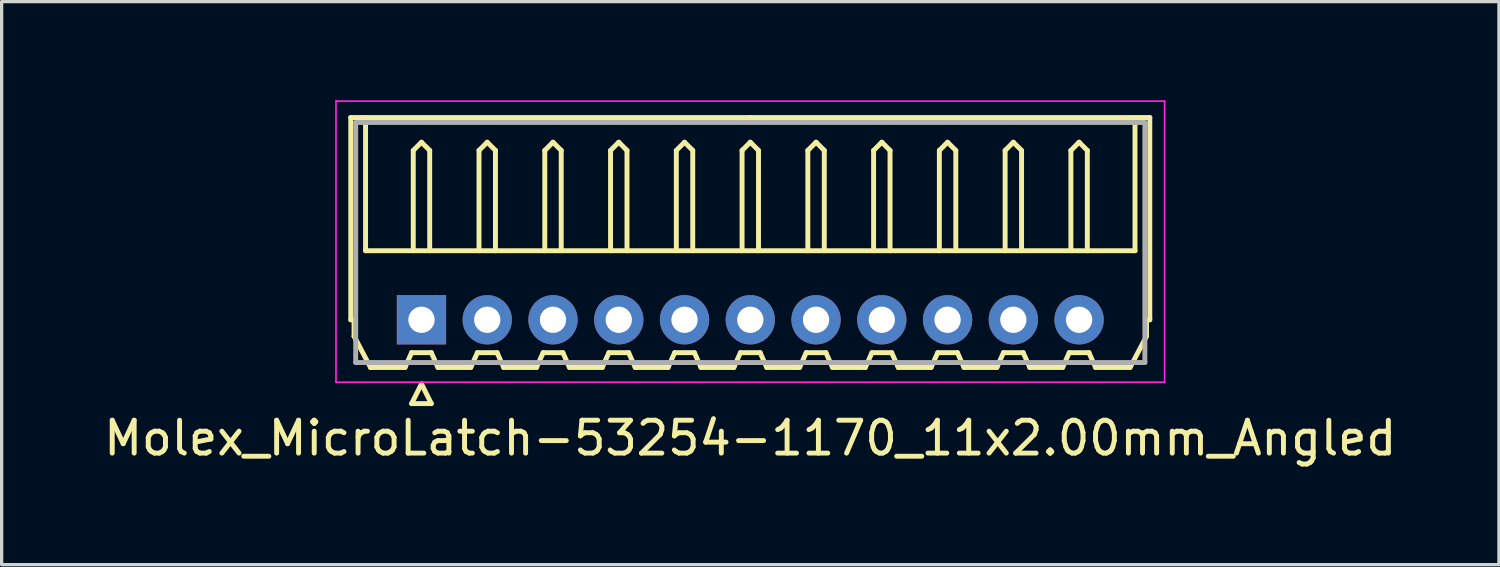
<source format=kicad_pcb>
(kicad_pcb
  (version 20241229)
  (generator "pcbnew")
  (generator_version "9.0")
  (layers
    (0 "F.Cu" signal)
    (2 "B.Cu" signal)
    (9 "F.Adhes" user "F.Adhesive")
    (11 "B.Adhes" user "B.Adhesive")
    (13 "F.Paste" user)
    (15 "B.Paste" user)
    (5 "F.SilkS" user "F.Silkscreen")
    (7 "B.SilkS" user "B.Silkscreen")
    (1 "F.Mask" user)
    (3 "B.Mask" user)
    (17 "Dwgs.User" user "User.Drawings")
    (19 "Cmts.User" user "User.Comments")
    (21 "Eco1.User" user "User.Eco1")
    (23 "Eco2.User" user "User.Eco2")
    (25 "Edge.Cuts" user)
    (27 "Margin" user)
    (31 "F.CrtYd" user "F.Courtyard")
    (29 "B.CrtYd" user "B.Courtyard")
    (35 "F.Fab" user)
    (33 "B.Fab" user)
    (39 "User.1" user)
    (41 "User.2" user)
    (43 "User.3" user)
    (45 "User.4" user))
  (footprint "Molex_MicroLatch-53254-1170_11x2.00mm_Angled"
    (layer "F.Cu")
    (at 9.768 6.675)
    (property "Reference" "Molex_MicroLatch-53254-1170_11x2.00mm_Angled" (at 10 3.6 0) (layer "F.SilkS") (effects (font (size 1 1) (thickness 0.15))))
    (attr through_hole)
    (fp_line (start -2.15 -6.15) (end 10 -6.15) (stroke (width 0.15) (type solid)) (layer "F.SilkS"))
    (fp_line (start -2.15 0) (end -2.15 -6.15) (stroke (width 0.15) (type solid)) (layer "F.SilkS"))
    (fp_line (start -2.05 0) (end -2.15 0) (stroke (width 0.15) (type solid)) (layer "F.SilkS"))
    (fp_line (start -2.05 0.5) (end -2.05 0) (stroke (width 0.15) (type solid)) (layer "F.SilkS"))
    (fp_line (start -1.7 -6.15) (end -1.7 -2.1) (stroke (width 0.15) (type solid)) (layer "F.SilkS"))
    (fp_line (start -1.7 -2.1) (end 21.7 -2.1) (stroke (width 0.15) (type solid)) (layer "F.SilkS"))
    (fp_line (start -1.55 1.45) (end -2.05 0.5) (stroke (width 0.15) (type solid)) (layer "F.SilkS"))
    (fp_line (start -0.5 1.45) (end -1.55 1.45) (stroke (width 0.15) (type solid)) (layer "F.SilkS"))
    (fp_line (start -0.3 1) (end -0.5 1.45) (stroke (width 0.15) (type solid)) (layer "F.SilkS"))
    (fp_line (start -0.3 1) (end 0.3 1) (stroke (width 0.15) (type solid)) (layer "F.SilkS"))
    (fp_line (start -0.3 2.55) (end 0.3 2.55) (stroke (width 0.15) (type solid)) (layer "F.SilkS"))
    (fp_line (start -0.25 -5.15) (end 0 -5.4) (stroke (width 0.15) (type solid)) (layer "F.SilkS"))
    (fp_line (start -0.25 -2.1) (end -0.25 -5.15) (stroke (width 0.15) (type solid)) (layer "F.SilkS"))
    (fp_line (start 0 -5.4) (end 0.25 -5.15) (stroke (width 0.15) (type solid)) (layer "F.SilkS"))
    (fp_line (start 0 1.95) (end -0.3 2.55) (stroke (width 0.15) (type solid)) (layer "F.SilkS"))
    (fp_line (start 0.25 -5.15) (end 0.25 -2.1) (stroke (width 0.15) (type solid)) (layer "F.SilkS"))
    (fp_line (start 0.3 1) (end 0.5 1.45) (stroke (width 0.15) (type solid)) (layer "F.SilkS"))
    (fp_line (start 0.3 2.55) (end 0 1.95) (stroke (width 0.15) (type solid)) (layer "F.SilkS"))
    (fp_line (start 0.5 1.45) (end 1.5 1.45) (stroke (width 0.15) (type solid)) (layer "F.SilkS"))
    (fp_line (start 1.5 1.45) (end 1.7 1) (stroke (width 0.15) (type solid)) (layer "F.SilkS"))
    (fp_line (start 1.7 1) (end 2.3 1) (stroke (width 0.15) (type solid)) (layer "F.SilkS"))
    (fp_line (start 1.75 -5.15) (end 2 -5.4) (stroke (width 0.15) (type solid)) (layer "F.SilkS"))
    (fp_line (start 1.75 -2.1) (end 1.75 -5.15) (stroke (width 0.15) (type solid)) (layer "F.SilkS"))
    (fp_line (start 2 -5.4) (end 2.25 -5.15) (stroke (width 0.15) (type solid)) (layer "F.SilkS"))
    (fp_line (start 2.25 -5.15) (end 2.25 -2.1) (stroke (width 0.15) (type solid)) (layer "F.SilkS"))
    (fp_line (start 2.3 1) (end 2.5 1.45) (stroke (width 0.15) (type solid)) (layer "F.SilkS"))
    (fp_line (start 2.5 1.45) (end 3.5 1.45) (stroke (width 0.15) (type solid)) (layer "F.SilkS"))
    (fp_line (start 3.5 1.45) (end 3.7 1) (stroke (width 0.15) (type solid)) (layer "F.SilkS"))
    (fp_line (start 3.7 1) (end 4.3 1) (stroke (width 0.15) (type solid)) (layer "F.SilkS"))
    (fp_line (start 3.75 -5.15) (end 4 -5.4) (stroke (width 0.15) (type solid)) (layer "F.SilkS"))
    (fp_line (start 3.75 -2.1) (end 3.75 -5.15) (stroke (width 0.15) (type solid)) (layer "F.SilkS"))
    (fp_line (start 4 -5.4) (end 4.25 -5.15) (stroke (width 0.15) (type solid)) (layer "F.SilkS"))
    (fp_line (start 4.25 -5.15) (end 4.25 -2.1) (stroke (width 0.15) (type solid)) (layer "F.SilkS"))
    (fp_line (start 4.3 1) (end 4.5 1.45) (stroke (width 0.15) (type solid)) (layer "F.SilkS"))
    (fp_line (start 4.5 1.45) (end 5.5 1.45) (stroke (width 0.15) (type solid)) (layer "F.SilkS"))
    (fp_line (start 5.5 1.45) (end 5.7 1) (stroke (width 0.15) (type solid)) (layer "F.SilkS"))
    (fp_line (start 5.7 1) (end 6.3 1) (stroke (width 0.15) (type solid)) (layer "F.SilkS"))
    (fp_line (start 5.75 -5.15) (end 6 -5.4) (stroke (width 0.15) (type solid)) (layer "F.SilkS"))
    (fp_line (start 5.75 -2.1) (end 5.75 -5.15) (stroke (width 0.15) (type solid)) (layer "F.SilkS"))
    (fp_line (start 6 -5.4) (end 6.25 -5.15) (stroke (width 0.15) (type solid)) (layer "F.SilkS"))
    (fp_line (start 6.25 -5.15) (end 6.25 -2.1) (stroke (width 0.15) (type solid)) (layer "F.SilkS"))
    (fp_line (start 6.3 1) (end 6.5 1.45) (stroke (width 0.15) (type solid)) (layer "F.SilkS"))
    (fp_line (start 6.5 1.45) (end 7.5 1.45) (stroke (width 0.15) (type solid)) (layer "F.SilkS"))
    (fp_line (start 7.5 1.45) (end 7.7 1) (stroke (width 0.15) (type solid)) (layer "F.SilkS"))
    (fp_line (start 7.7 1) (end 8.3 1) (stroke (width 0.15) (type solid)) (layer "F.SilkS"))
    (fp_line (start 7.75 -5.15) (end 8 -5.4) (stroke (width 0.15) (type solid)) (layer "F.SilkS"))
    (fp_line (start 7.75 -2.1) (end 7.75 -5.15) (stroke (width 0.15) (type solid)) (layer "F.SilkS"))
    (fp_line (start 8 -5.4) (end 8.25 -5.15) (stroke (width 0.15) (type solid)) (layer "F.SilkS"))
    (fp_line (start 8.25 -5.15) (end 8.25 -2.1) (stroke (width 0.15) (type solid)) (layer "F.SilkS"))
    (fp_line (start 8.3 1) (end 8.5 1.45) (stroke (width 0.15) (type solid)) (layer "F.SilkS"))
    (fp_line (start 8.5 1.45) (end 9.5 1.45) (stroke (width 0.15) (type solid)) (layer "F.SilkS"))
    (fp_line (start 9.5 1.45) (end 9.7 1) (stroke (width 0.15) (type solid)) (layer "F.SilkS"))
    (fp_line (start 9.7 1) (end 10.3 1) (stroke (width 0.15) (type solid)) (layer "F.SilkS"))
    (fp_line (start 9.75 -5.15) (end 10 -5.4) (stroke (width 0.15) (type solid)) (layer "F.SilkS"))
    (fp_line (start 9.75 -2.1) (end 9.75 -5.15) (stroke (width 0.15) (type solid)) (layer "F.SilkS"))
    (fp_line (start 10 -5.4) (end 10.25 -5.15) (stroke (width 0.15) (type solid)) (layer "F.SilkS"))
    (fp_line (start 10.25 -5.15) (end 10.25 -2.1) (stroke (width 0.15) (type solid)) (layer "F.SilkS"))
    (fp_line (start 10.3 1) (end 10.5 1.45) (stroke (width 0.15) (type solid)) (layer "F.SilkS"))
    (fp_line (start 10.5 1.45) (end 11.5 1.45) (stroke (width 0.15) (type solid)) (layer "F.SilkS"))
    (fp_line (start 11.5 1.45) (end 11.7 1) (stroke (width 0.15) (type solid)) (layer "F.SilkS"))
    (fp_line (start 11.7 1) (end 12.3 1) (stroke (width 0.15) (type solid)) (layer "F.SilkS"))
    (fp_line (start 11.75 -5.15) (end 12 -5.4) (stroke (width 0.15) (type solid)) (layer "F.SilkS"))
    (fp_line (start 11.75 -2.1) (end 11.75 -5.15) (stroke (width 0.15) (type solid)) (layer "F.SilkS"))
    (fp_line (start 12 -5.4) (end 12.25 -5.15) (stroke (width 0.15) (type solid)) (layer "F.SilkS"))
    (fp_line (start 12.25 -5.15) (end 12.25 -2.1) (stroke (width 0.15) (type solid)) (layer "F.SilkS"))
    (fp_line (start 12.3 1) (end 12.5 1.45) (stroke (width 0.15) (type solid)) (layer "F.SilkS"))
    (fp_line (start 12.5 1.45) (end 13.5 1.45) (stroke (width 0.15) (type solid)) (layer "F.SilkS"))
    (fp_line (start 13.5 1.45) (end 13.7 1) (stroke (width 0.15) (type solid)) (layer "F.SilkS"))
    (fp_line (start 13.7 1) (end 14.3 1) (stroke (width 0.15) (type solid)) (layer "F.SilkS"))
    (fp_line (start 13.75 -5.15) (end 14 -5.4) (stroke (width 0.15) (type solid)) (layer "F.SilkS"))
    (fp_line (start 13.75 -2.1) (end 13.75 -5.15) (stroke (width 0.15) (type solid)) (layer "F.SilkS"))
    (fp_line (start 14 -5.4) (end 14.25 -5.15) (stroke (width 0.15) (type solid)) (layer "F.SilkS"))
    (fp_line (start 14.25 -5.15) (end 14.25 -2.1) (stroke (width 0.15) (type solid)) (layer "F.SilkS"))
    (fp_line (start 14.3 1) (end 14.5 1.45) (stroke (width 0.15) (type solid)) (layer "F.SilkS"))
    (fp_line (start 14.5 1.45) (end 15.5 1.45) (stroke (width 0.15) (type solid)) (layer "F.SilkS"))
    (fp_line (start 15.5 1.45) (end 15.7 1) (stroke (width 0.15) (type solid)) (layer "F.SilkS"))
    (fp_line (start 15.7 1) (end 16.3 1) (stroke (width 0.15) (type solid)) (layer "F.SilkS"))
    (fp_line (start 15.75 -5.15) (end 16 -5.4) (stroke (width 0.15) (type solid)) (layer "F.SilkS"))
    (fp_line (start 15.75 -2.1) (end 15.75 -5.15) (stroke (width 0.15) (type solid)) (layer "F.SilkS"))
    (fp_line (start 16 -5.4) (end 16.25 -5.15) (stroke (width 0.15) (type solid)) (layer "F.SilkS"))
    (fp_line (start 16.25 -5.15) (end 16.25 -2.1) (stroke (width 0.15) (type solid)) (layer "F.SilkS"))
    (fp_line (start 16.3 1) (end 16.5 1.45) (stroke (width 0.15) (type solid)) (layer "F.SilkS"))
    (fp_line (start 16.5 1.45) (end 17.5 1.45) (stroke (width 0.15) (type solid)) (layer "F.SilkS"))
    (fp_line (start 17.5 1.45) (end 17.7 1) (stroke (width 0.15) (type solid)) (layer "F.SilkS"))
    (fp_line (start 17.7 1) (end 18.3 1) (stroke (width 0.15) (type solid)) (layer "F.SilkS"))
    (fp_line (start 17.75 -5.15) (end 18 -5.4) (stroke (width 0.15) (type solid)) (layer "F.SilkS"))
    (fp_line (start 17.75 -2.1) (end 17.75 -5.15) (stroke (width 0.15) (type solid)) (layer "F.SilkS"))
    (fp_line (start 18 -5.4) (end 18.25 -5.15) (stroke (width 0.15) (type solid)) (layer "F.SilkS"))
    (fp_line (start 18.25 -5.15) (end 18.25 -2.1) (stroke (width 0.15) (type solid)) (layer "F.SilkS"))
    (fp_line (start 18.3 1) (end 18.5 1.45) (stroke (width 0.15) (type solid)) (layer "F.SilkS"))
    (fp_line (start 18.5 1.45) (end 19.5 1.45) (stroke (width 0.15) (type solid)) (layer "F.SilkS"))
    (fp_line (start 19.5 1.45) (end 19.7 1) (stroke (width 0.15) (type solid)) (layer "F.SilkS"))
    (fp_line (start 19.7 1) (end 20.3 1) (stroke (width 0.15) (type solid)) (layer "F.SilkS"))
    (fp_line (start 19.75 -5.15) (end 20 -5.4) (stroke (width 0.15) (type solid)) (layer "F.SilkS"))
    (fp_line (start 19.75 -2.1) (end 19.75 -5.15) (stroke (width 0.15) (type solid)) (layer "F.SilkS"))
    (fp_line (start 20 -5.4) (end 20.25 -5.15) (stroke (width 0.15) (type solid)) (layer "F.SilkS"))
    (fp_line (start 20.25 -5.15) (end 20.25 -2.1) (stroke (width 0.15) (type solid)) (layer "F.SilkS"))
    (fp_line (start 20.3 1) (end 20.5 1.45) (stroke (width 0.15) (type solid)) (layer "F.SilkS"))
    (fp_line (start 20.5 1.45) (end 21.55 1.45) (stroke (width 0.15) (type solid)) (layer "F.SilkS"))
    (fp_line (start 21.55 1.45) (end 22.05 0.5) (stroke (width 0.15) (type solid)) (layer "F.SilkS"))
    (fp_line (start 21.7 -2.1) (end 21.7 -6.15) (stroke (width 0.15) (type solid)) (layer "F.SilkS"))
    (fp_line (start 22.05 0) (end 22.15 0) (stroke (width 0.15) (type solid)) (layer "F.SilkS"))
    (fp_line (start 22.05 0.5) (end 22.05 0) (stroke (width 0.15) (type solid)) (layer "F.SilkS"))
    (fp_line (start 22.15 -6.15) (end 10 -6.15) (stroke (width 0.15) (type solid)) (layer "F.SilkS"))
    (fp_line (start 22.15 0) (end 22.15 -6.15) (stroke (width 0.15) (type solid)) (layer "F.SilkS"))
    (fp_line (start -2.6 -6.65) (end -2.6 1.9) (stroke (width 0.05) (type solid)) (layer "F.CrtYd"))
    (fp_line (start -2.6 1.9) (end 22.6 1.9) (stroke (width 0.05) (type solid)) (layer "F.CrtYd"))
    (fp_line (start 22.6 -6.65) (end -2.6 -6.65) (stroke (width 0.05) (type solid)) (layer "F.CrtYd"))
    (fp_line (start 22.6 1.9) (end 22.6 -6.65) (stroke (width 0.05) (type solid)) (layer "F.CrtYd"))
    (fp_line (start -2 -6) (end -2 1.3) (stroke (width 0.15) (type solid)) (layer "F.Fab"))
    (fp_line (start -2 1.3) (end 22 1.3) (stroke (width 0.15) (type solid)) (layer "F.Fab"))
    (fp_line (start 22 -6) (end -2 -6) (stroke (width 0.15) (type solid)) (layer "F.Fab"))
    (fp_line (start 22 1.3) (end 22 -6) (stroke (width 0.15) (type solid)) (layer "F.Fab"))
    (pad "1" thru_hole rect (at 0 0) (size 1.5 1.5) (drill 0.8) (layers "*.Cu" "*.Mask"))
    (pad "2" thru_hole circle (at 2 0) (size 1.5 1.5) (drill 0.8) (layers "*.Cu" "*.Mask"))
    (pad "3" thru_hole circle (at 4 0) (size 1.5 1.5) (drill 0.8) (layers "*.Cu" "*.Mask"))
    (pad "4" thru_hole circle (at 6 0) (size 1.5 1.5) (drill 0.8) (layers "*.Cu" "*.Mask"))
    (pad "5" thru_hole circle (at 8 0) (size 1.5 1.5) (drill 0.8) (layers "*.Cu" "*.Mask"))
    (pad "6" thru_hole circle (at 10 0) (size 1.5 1.5) (drill 0.8) (layers "*.Cu" "*.Mask"))
    (pad "7" thru_hole circle (at 12 0) (size 1.5 1.5) (drill 0.8) (layers "*.Cu" "*.Mask"))
    (pad "8" thru_hole circle (at 14 0) (size 1.5 1.5) (drill 0.8) (layers "*.Cu" "*.Mask"))
    (pad "9" thru_hole circle (at 16 0) (size 1.5 1.5) (drill 0.8) (layers "*.Cu" "*.Mask"))
    (pad "10" thru_hole circle (at 18 0) (size 1.5 1.5) (drill 0.8) (layers "*.Cu" "*.Mask"))
    (pad "11" thru_hole circle (at 20 0) (size 1.5 1.5) (drill 0.8) (layers "*.Cu" "*.Mask")))
  (gr_rect
    (start -3 -3)
    (end 42.536 14.123)
    (stroke (width 0.1) (type default))
    (fill no)
    (layer "Edge.Cuts")))
</source>
